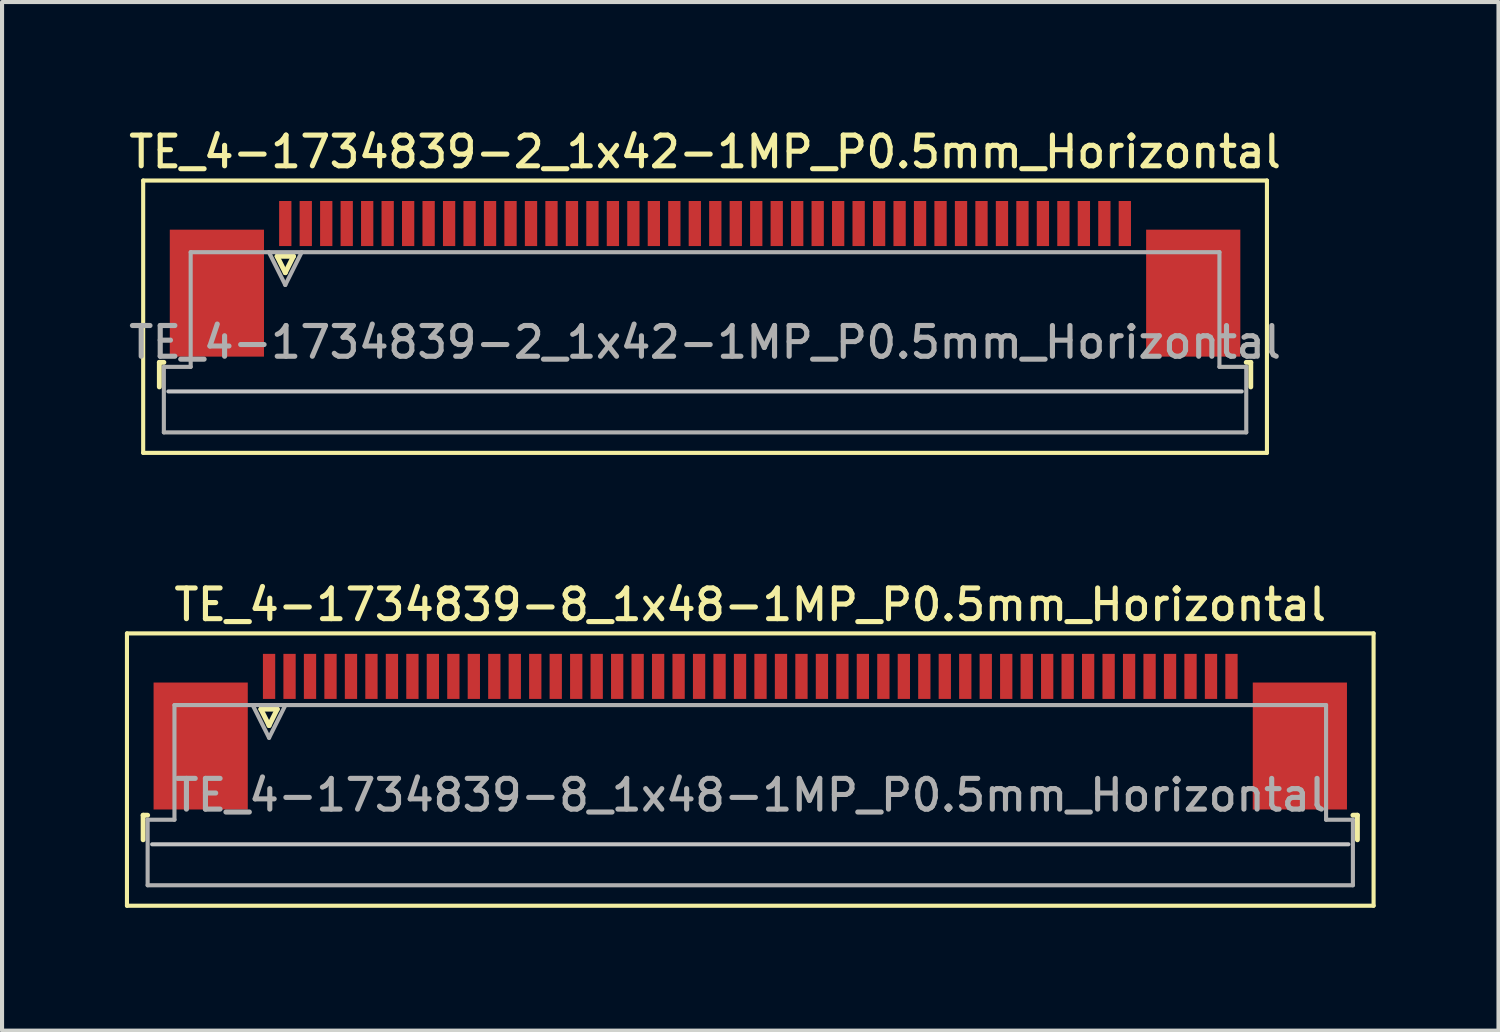
<source format=kicad_pcb>
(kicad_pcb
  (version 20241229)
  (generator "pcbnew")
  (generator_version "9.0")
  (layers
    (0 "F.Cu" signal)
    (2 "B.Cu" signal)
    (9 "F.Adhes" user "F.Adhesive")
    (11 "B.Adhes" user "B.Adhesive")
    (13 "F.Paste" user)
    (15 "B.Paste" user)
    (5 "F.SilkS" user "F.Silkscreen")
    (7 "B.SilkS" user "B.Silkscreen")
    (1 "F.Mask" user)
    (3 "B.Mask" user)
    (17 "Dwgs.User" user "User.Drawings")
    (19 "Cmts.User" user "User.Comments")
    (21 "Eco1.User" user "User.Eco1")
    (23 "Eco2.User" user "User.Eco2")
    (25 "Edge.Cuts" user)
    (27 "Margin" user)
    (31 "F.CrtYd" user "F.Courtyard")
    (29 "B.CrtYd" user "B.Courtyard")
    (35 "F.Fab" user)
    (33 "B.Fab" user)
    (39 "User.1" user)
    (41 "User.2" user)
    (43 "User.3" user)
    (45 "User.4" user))
  (footprint "TE_4-1734839-8_1x48-1MP_P0.5mm_Horizontal"
    (layer "F.Cu")
    (at 15.27 14.816)
    (property "Reference" "TE_4-1734839-8_1x48-1MP_P0.5mm_Horizontal" (at 0 -3.1 0) (layer "F.SilkS") (effects (font (size 0.75 0.75) (thickness 0.125))))
    (attr smd)
    (fp_line (start -15.22 -2.4) (end -15.22 4.25) (stroke (width 0.1) (type solid)) (layer "F.SilkS"))
    (fp_line (start -15.22 4.25) (end 15.22 4.25) (stroke (width 0.1) (type solid)) (layer "F.SilkS"))
    (fp_line (start -14.825 2.04) (end -14.825 2.64) (stroke (width 0.12) (type solid)) (layer "F.SilkS"))
    (fp_line (start -14.715 2.04) (end -14.825 2.04) (stroke (width 0.12) (type solid)) (layer "F.SilkS"))
    (fp_line (start -11.95 -0.55) (end -11.75 -0.15) (stroke (width 0.12) (type solid)) (layer "F.SilkS"))
    (fp_line (start -11.75 -0.15) (end -11.55 -0.55) (stroke (width 0.12) (type solid)) (layer "F.SilkS"))
    (fp_line (start -11.55 -0.55) (end -11.95 -0.55) (stroke (width 0.12) (type solid)) (layer "F.SilkS"))
    (fp_line (start 14.715 2.04) (end 14.825 2.04) (stroke (width 0.12) (type solid)) (layer "F.SilkS"))
    (fp_line (start 14.825 2.04) (end 14.825 2.64) (stroke (width 0.12) (type solid)) (layer "F.SilkS"))
    (fp_line (start 15.22 -2.4) (end -15.22 -2.4) (stroke (width 0.1) (type solid)) (layer "F.SilkS"))
    (fp_line (start 15.22 4.25) (end 15.22 -2.4) (stroke (width 0.1) (type solid)) (layer "F.SilkS"))
    (fp_line (start 14.605 2.75) (end -14.605 2.75) (stroke (width 0.1) (type solid)) (layer "Dwgs.User"))
    (fp_line (start -14.715 2.15) (end -14.06 2.15) (stroke (width 0.1) (type solid)) (layer "F.Fab"))
    (fp_line (start -14.715 3.75) (end -14.715 2.15) (stroke (width 0.1) (type solid)) (layer "F.Fab"))
    (fp_line (start -14.06 -0.65) (end 14.06 -0.65) (stroke (width 0.1) (type solid)) (layer "F.Fab"))
    (fp_line (start -14.06 2.15) (end -14.06 -0.65) (stroke (width 0.1) (type solid)) (layer "F.Fab"))
    (fp_line (start -12.15 -0.65) (end -11.75 0.15) (stroke (width 0.1) (type solid)) (layer "F.Fab"))
    (fp_line (start -11.75 0.15) (end -11.35 -0.65) (stroke (width 0.1) (type solid)) (layer "F.Fab"))
    (fp_line (start 14.06 -0.65) (end 14.06 2.15) (stroke (width 0.1) (type solid)) (layer "F.Fab"))
    (fp_line (start 14.06 2.15) (end 14.715 2.15) (stroke (width 0.1) (type solid)) (layer "F.Fab"))
    (fp_line (start 14.715 2.15) (end 14.715 3.75) (stroke (width 0.1) (type solid)) (layer "F.Fab"))
    (fp_line (start 14.715 3.75) (end -14.715 3.75) (stroke (width 0.1) (type solid)) (layer "F.Fab"))
    (fp_text user "${REFERENCE}" (at 0 1.55 0) (layer "F.Fab") (effects (font (size 0.75 0.75) (thickness 0.125))))
    (pad "1" smd rect (at -11.75 -1.35) (size 0.3 1.1) (layers "F.Cu" "F.Mask" "F.Paste"))
    (pad "2" smd rect (at -11.25 -1.35) (size 0.3 1.1) (layers "F.Cu" "F.Mask" "F.Paste"))
    (pad "3" smd rect (at -10.75 -1.35) (size 0.3 1.1) (layers "F.Cu" "F.Mask" "F.Paste"))
    (pad "4" smd rect (at -10.25 -1.35) (size 0.3 1.1) (layers "F.Cu" "F.Mask" "F.Paste"))
    (pad "5" smd rect (at -9.75 -1.35) (size 0.3 1.1) (layers "F.Cu" "F.Mask" "F.Paste"))
    (pad "6" smd rect (at -9.25 -1.35) (size 0.3 1.1) (layers "F.Cu" "F.Mask" "F.Paste"))
    (pad "7" smd rect (at -8.75 -1.35) (size 0.3 1.1) (layers "F.Cu" "F.Mask" "F.Paste"))
    (pad "8" smd rect (at -8.25 -1.35) (size 0.3 1.1) (layers "F.Cu" "F.Mask" "F.Paste"))
    (pad "9" smd rect (at -7.75 -1.35) (size 0.3 1.1) (layers "F.Cu" "F.Mask" "F.Paste"))
    (pad "10" smd rect (at -7.25 -1.35) (size 0.3 1.1) (layers "F.Cu" "F.Mask" "F.Paste"))
    (pad "11" smd rect (at -6.75 -1.35) (size 0.3 1.1) (layers "F.Cu" "F.Mask" "F.Paste"))
    (pad "12" smd rect (at -6.25 -1.35) (size 0.3 1.1) (layers "F.Cu" "F.Mask" "F.Paste"))
    (pad "13" smd rect (at -5.75 -1.35) (size 0.3 1.1) (layers "F.Cu" "F.Mask" "F.Paste"))
    (pad "14" smd rect (at -5.25 -1.35) (size 0.3 1.1) (layers "F.Cu" "F.Mask" "F.Paste"))
    (pad "15" smd rect (at -4.75 -1.35) (size 0.3 1.1) (layers "F.Cu" "F.Mask" "F.Paste"))
    (pad "16" smd rect (at -4.25 -1.35) (size 0.3 1.1) (layers "F.Cu" "F.Mask" "F.Paste"))
    (pad "17" smd rect (at -3.75 -1.35) (size 0.3 1.1) (layers "F.Cu" "F.Mask" "F.Paste"))
    (pad "18" smd rect (at -3.25 -1.35) (size 0.3 1.1) (layers "F.Cu" "F.Mask" "F.Paste"))
    (pad "19" smd rect (at -2.75 -1.35) (size 0.3 1.1) (layers "F.Cu" "F.Mask" "F.Paste"))
    (pad "20" smd rect (at -2.25 -1.35) (size 0.3 1.1) (layers "F.Cu" "F.Mask" "F.Paste"))
    (pad "21" smd rect (at -1.75 -1.35) (size 0.3 1.1) (layers "F.Cu" "F.Mask" "F.Paste"))
    (pad "22" smd rect (at -1.25 -1.35) (size 0.3 1.1) (layers "F.Cu" "F.Mask" "F.Paste"))
    (pad "23" smd rect (at -0.75 -1.35) (size 0.3 1.1) (layers "F.Cu" "F.Mask" "F.Paste"))
    (pad "24" smd rect (at -0.25 -1.35) (size 0.3 1.1) (layers "F.Cu" "F.Mask" "F.Paste"))
    (pad "25" smd rect (at 0.25 -1.35) (size 0.3 1.1) (layers "F.Cu" "F.Mask" "F.Paste"))
    (pad "26" smd rect (at 0.75 -1.35) (size 0.3 1.1) (layers "F.Cu" "F.Mask" "F.Paste"))
    (pad "27" smd rect (at 1.25 -1.35) (size 0.3 1.1) (layers "F.Cu" "F.Mask" "F.Paste"))
    (pad "28" smd rect (at 1.75 -1.35) (size 0.3 1.1) (layers "F.Cu" "F.Mask" "F.Paste"))
    (pad "29" smd rect (at 2.25 -1.35) (size 0.3 1.1) (layers "F.Cu" "F.Mask" "F.Paste"))
    (pad "30" smd rect (at 2.75 -1.35) (size 0.3 1.1) (layers "F.Cu" "F.Mask" "F.Paste"))
    (pad "31" smd rect (at 3.25 -1.35) (size 0.3 1.1) (layers "F.Cu" "F.Mask" "F.Paste"))
    (pad "32" smd rect (at 3.75 -1.35) (size 0.3 1.1) (layers "F.Cu" "F.Mask" "F.Paste"))
    (pad "33" smd rect (at 4.25 -1.35) (size 0.3 1.1) (layers "F.Cu" "F.Mask" "F.Paste"))
    (pad "34" smd rect (at 4.75 -1.35) (size 0.3 1.1) (layers "F.Cu" "F.Mask" "F.Paste"))
    (pad "35" smd rect (at 5.25 -1.35) (size 0.3 1.1) (layers "F.Cu" "F.Mask" "F.Paste"))
    (pad "36" smd rect (at 5.75 -1.35) (size 0.3 1.1) (layers "F.Cu" "F.Mask" "F.Paste"))
    (pad "37" smd rect (at 6.25 -1.35) (size 0.3 1.1) (layers "F.Cu" "F.Mask" "F.Paste"))
    (pad "38" smd rect (at 6.75 -1.35) (size 0.3 1.1) (layers "F.Cu" "F.Mask" "F.Paste"))
    (pad "39" smd rect (at 7.25 -1.35) (size 0.3 1.1) (layers "F.Cu" "F.Mask" "F.Paste"))
    (pad "40" smd rect (at 7.75 -1.35) (size 0.3 1.1) (layers "F.Cu" "F.Mask" "F.Paste"))
    (pad "41" smd rect (at 8.25 -1.35) (size 0.3 1.1) (layers "F.Cu" "F.Mask" "F.Paste"))
    (pad "42" smd rect (at 8.75 -1.35) (size 0.3 1.1) (layers "F.Cu" "F.Mask" "F.Paste"))
    (pad "43" smd rect (at 9.25 -1.35) (size 0.3 1.1) (layers "F.Cu" "F.Mask" "F.Paste"))
    (pad "44" smd rect (at 9.75 -1.35) (size 0.3 1.1) (layers "F.Cu" "F.Mask" "F.Paste"))
    (pad "45" smd rect (at 10.25 -1.35) (size 0.3 1.1) (layers "F.Cu" "F.Mask" "F.Paste"))
    (pad "46" smd rect (at 10.75 -1.35) (size 0.3 1.1) (layers "F.Cu" "F.Mask" "F.Paste"))
    (pad "47" smd rect (at 11.25 -1.35) (size 0.3 1.1) (layers "F.Cu" "F.Mask" "F.Paste"))
    (pad "48" smd rect (at 11.75 -1.35) (size 0.3 1.1) (layers "F.Cu" "F.Mask" "F.Paste"))
    (pad "MP" smd rect (at -13.42 0.35) (size 2.3 3.1) (layers "F.Cu" "F.Mask" "F.Paste"))
    (pad "MP" smd rect (at 13.42 0.35) (size 2.3 3.1) (layers "F.Cu" "F.Mask" "F.Paste")))
  (footprint "TE_4-1734839-2_1x42-1MP_P0.5mm_Horizontal"
    (layer "F.Cu")
    (at 14.166 3.758)
    (property "Reference" "TE_4-1734839-2_1x42-1MP_P0.5mm_Horizontal" (at 0 -3.1 0) (layer "F.SilkS") (effects (font (size 0.75 0.75) (thickness 0.125))))
    (attr smd)
    (fp_line (start -13.72 -2.4) (end -13.72 4.25) (stroke (width 0.1) (type solid)) (layer "F.SilkS"))
    (fp_line (start -13.72 4.25) (end 13.72 4.25) (stroke (width 0.1) (type solid)) (layer "F.SilkS"))
    (fp_line (start -13.325 2.04) (end -13.325 2.64) (stroke (width 0.12) (type solid)) (layer "F.SilkS"))
    (fp_line (start -13.215 2.04) (end -13.325 2.04) (stroke (width 0.12) (type solid)) (layer "F.SilkS"))
    (fp_line (start -10.45 -0.55) (end -10.25 -0.15) (stroke (width 0.12) (type solid)) (layer "F.SilkS"))
    (fp_line (start -10.25 -0.15) (end -10.05 -0.55) (stroke (width 0.12) (type solid)) (layer "F.SilkS"))
    (fp_line (start -10.05 -0.55) (end -10.45 -0.55) (stroke (width 0.12) (type solid)) (layer "F.SilkS"))
    (fp_line (start 13.215 2.04) (end 13.325 2.04) (stroke (width 0.12) (type solid)) (layer "F.SilkS"))
    (fp_line (start 13.325 2.04) (end 13.325 2.64) (stroke (width 0.12) (type solid)) (layer "F.SilkS"))
    (fp_line (start 13.72 -2.4) (end -13.72 -2.4) (stroke (width 0.1) (type solid)) (layer "F.SilkS"))
    (fp_line (start 13.72 4.25) (end 13.72 -2.4) (stroke (width 0.1) (type solid)) (layer "F.SilkS"))
    (fp_line (start 13.105 2.75) (end -13.105 2.75) (stroke (width 0.1) (type solid)) (layer "Dwgs.User"))
    (fp_line (start -13.215 2.15) (end -12.56 2.15) (stroke (width 0.1) (type solid)) (layer "F.Fab"))
    (fp_line (start -13.215 3.75) (end -13.215 2.15) (stroke (width 0.1) (type solid)) (layer "F.Fab"))
    (fp_line (start -12.56 -0.65) (end 12.56 -0.65) (stroke (width 0.1) (type solid)) (layer "F.Fab"))
    (fp_line (start -12.56 2.15) (end -12.56 -0.65) (stroke (width 0.1) (type solid)) (layer "F.Fab"))
    (fp_line (start -10.65 -0.65) (end -10.25 0.15) (stroke (width 0.1) (type solid)) (layer "F.Fab"))
    (fp_line (start -10.25 0.15) (end -9.85 -0.65) (stroke (width 0.1) (type solid)) (layer "F.Fab"))
    (fp_line (start 12.56 -0.65) (end 12.56 2.15) (stroke (width 0.1) (type solid)) (layer "F.Fab"))
    (fp_line (start 12.56 2.15) (end 13.215 2.15) (stroke (width 0.1) (type solid)) (layer "F.Fab"))
    (fp_line (start 13.215 2.15) (end 13.215 3.75) (stroke (width 0.1) (type solid)) (layer "F.Fab"))
    (fp_line (start 13.215 3.75) (end -13.215 3.75) (stroke (width 0.1) (type solid)) (layer "F.Fab"))
    (fp_text user "${REFERENCE}" (at 0 1.55 0) (layer "F.Fab") (effects (font (size 0.75 0.75) (thickness 0.125))))
    (pad "1" smd rect (at -10.25 -1.35) (size 0.3 1.1) (layers "F.Cu" "F.Mask" "F.Paste"))
    (pad "2" smd rect (at -9.75 -1.35) (size 0.3 1.1) (layers "F.Cu" "F.Mask" "F.Paste"))
    (pad "3" smd rect (at -9.25 -1.35) (size 0.3 1.1) (layers "F.Cu" "F.Mask" "F.Paste"))
    (pad "4" smd rect (at -8.75 -1.35) (size 0.3 1.1) (layers "F.Cu" "F.Mask" "F.Paste"))
    (pad "5" smd rect (at -8.25 -1.35) (size 0.3 1.1) (layers "F.Cu" "F.Mask" "F.Paste"))
    (pad "6" smd rect (at -7.75 -1.35) (size 0.3 1.1) (layers "F.Cu" "F.Mask" "F.Paste"))
    (pad "7" smd rect (at -7.25 -1.35) (size 0.3 1.1) (layers "F.Cu" "F.Mask" "F.Paste"))
    (pad "8" smd rect (at -6.75 -1.35) (size 0.3 1.1) (layers "F.Cu" "F.Mask" "F.Paste"))
    (pad "9" smd rect (at -6.25 -1.35) (size 0.3 1.1) (layers "F.Cu" "F.Mask" "F.Paste"))
    (pad "10" smd rect (at -5.75 -1.35) (size 0.3 1.1) (layers "F.Cu" "F.Mask" "F.Paste"))
    (pad "11" smd rect (at -5.25 -1.35) (size 0.3 1.1) (layers "F.Cu" "F.Mask" "F.Paste"))
    (pad "12" smd rect (at -4.75 -1.35) (size 0.3 1.1) (layers "F.Cu" "F.Mask" "F.Paste"))
    (pad "13" smd rect (at -4.25 -1.35) (size 0.3 1.1) (layers "F.Cu" "F.Mask" "F.Paste"))
    (pad "14" smd rect (at -3.75 -1.35) (size 0.3 1.1) (layers "F.Cu" "F.Mask" "F.Paste"))
    (pad "15" smd rect (at -3.25 -1.35) (size 0.3 1.1) (layers "F.Cu" "F.Mask" "F.Paste"))
    (pad "16" smd rect (at -2.75 -1.35) (size 0.3 1.1) (layers "F.Cu" "F.Mask" "F.Paste"))
    (pad "17" smd rect (at -2.25 -1.35) (size 0.3 1.1) (layers "F.Cu" "F.Mask" "F.Paste"))
    (pad "18" smd rect (at -1.75 -1.35) (size 0.3 1.1) (layers "F.Cu" "F.Mask" "F.Paste"))
    (pad "19" smd rect (at -1.25 -1.35) (size 0.3 1.1) (layers "F.Cu" "F.Mask" "F.Paste"))
    (pad "20" smd rect (at -0.75 -1.35) (size 0.3 1.1) (layers "F.Cu" "F.Mask" "F.Paste"))
    (pad "21" smd rect (at -0.25 -1.35) (size 0.3 1.1) (layers "F.Cu" "F.Mask" "F.Paste"))
    (pad "22" smd rect (at 0.25 -1.35) (size 0.3 1.1) (layers "F.Cu" "F.Mask" "F.Paste"))
    (pad "23" smd rect (at 0.75 -1.35) (size 0.3 1.1) (layers "F.Cu" "F.Mask" "F.Paste"))
    (pad "24" smd rect (at 1.25 -1.35) (size 0.3 1.1) (layers "F.Cu" "F.Mask" "F.Paste"))
    (pad "25" smd rect (at 1.75 -1.35) (size 0.3 1.1) (layers "F.Cu" "F.Mask" "F.Paste"))
    (pad "26" smd rect (at 2.25 -1.35) (size 0.3 1.1) (layers "F.Cu" "F.Mask" "F.Paste"))
    (pad "27" smd rect (at 2.75 -1.35) (size 0.3 1.1) (layers "F.Cu" "F.Mask" "F.Paste"))
    (pad "28" smd rect (at 3.25 -1.35) (size 0.3 1.1) (layers "F.Cu" "F.Mask" "F.Paste"))
    (pad "29" smd rect (at 3.75 -1.35) (size 0.3 1.1) (layers "F.Cu" "F.Mask" "F.Paste"))
    (pad "30" smd rect (at 4.25 -1.35) (size 0.3 1.1) (layers "F.Cu" "F.Mask" "F.Paste"))
    (pad "31" smd rect (at 4.75 -1.35) (size 0.3 1.1) (layers "F.Cu" "F.Mask" "F.Paste"))
    (pad "32" smd rect (at 5.25 -1.35) (size 0.3 1.1) (layers "F.Cu" "F.Mask" "F.Paste"))
    (pad "33" smd rect (at 5.75 -1.35) (size 0.3 1.1) (layers "F.Cu" "F.Mask" "F.Paste"))
    (pad "34" smd rect (at 6.25 -1.35) (size 0.3 1.1) (layers "F.Cu" "F.Mask" "F.Paste"))
    (pad "35" smd rect (at 6.75 -1.35) (size 0.3 1.1) (layers "F.Cu" "F.Mask" "F.Paste"))
    (pad "36" smd rect (at 7.25 -1.35) (size 0.3 1.1) (layers "F.Cu" "F.Mask" "F.Paste"))
    (pad "37" smd rect (at 7.75 -1.35) (size 0.3 1.1) (layers "F.Cu" "F.Mask" "F.Paste"))
    (pad "38" smd rect (at 8.25 -1.35) (size 0.3 1.1) (layers "F.Cu" "F.Mask" "F.Paste"))
    (pad "39" smd rect (at 8.75 -1.35) (size 0.3 1.1) (layers "F.Cu" "F.Mask" "F.Paste"))
    (pad "40" smd rect (at 9.25 -1.35) (size 0.3 1.1) (layers "F.Cu" "F.Mask" "F.Paste"))
    (pad "41" smd rect (at 9.75 -1.35) (size 0.3 1.1) (layers "F.Cu" "F.Mask" "F.Paste"))
    (pad "42" smd rect (at 10.25 -1.35) (size 0.3 1.1) (layers "F.Cu" "F.Mask" "F.Paste"))
    (pad "MP" smd rect (at -11.92 0.35) (size 2.3 3.1) (layers "F.Cu" "F.Mask" "F.Paste"))
    (pad "MP" smd rect (at 11.92 0.35) (size 2.3 3.1) (layers "F.Cu" "F.Mask" "F.Paste")))
  (gr_rect
    (start -3 -3)
    (end 33.54 22.116)
    (stroke (width 0.1) (type default))
    (fill no)
    (layer "Edge.Cuts")))
</source>
